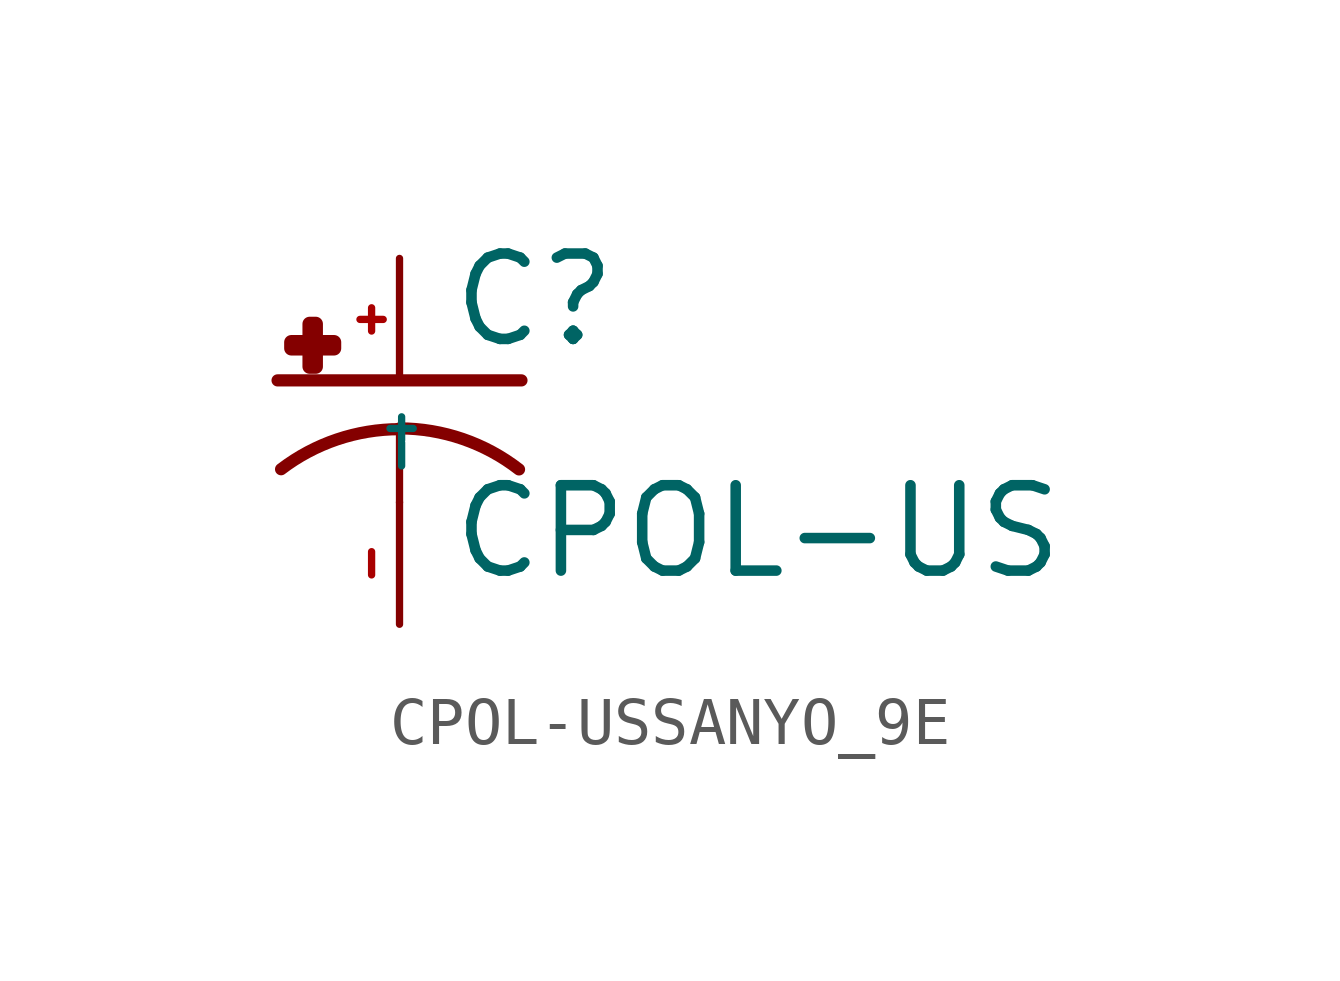
<source format=kicad_sym>
(kicad_symbol_lib
  (version 20220914)
  (generator Eagle2Kicad)
  (symbol "CPOL-USSANYO_9E"
    (property "Reference" "C"
      (at 1.016 0.635 0)
      (effects (font (size 1.778 1.778) (thickness 0.22)) (justify left bottom)))
    (property "Value" "CPOL-US"
      (at 1.016 -4.191 0)
      (effects (font (size 1.778 1.778) (thickness 0.22)) (justify left bottom)))
    (polyline
      (pts (xy -2.54 0) (xy 2.54 0))
      (stroke (width 0.254) (type default))
      (fill (type none)))
    (polyline
      (pts (xy 0 -1.016) (xy 0 -2.54))
      (stroke (width 0.152) (type default))
      (fill (type none)))
    (arc
      (start 2.4892 -1.8542)
      (mid 1.316 -1.220)
      (end 0 -1)
      (stroke (width 0.254) (type default))
      (fill (type none)))
    (arc
      (start 0 -1.0161)
      (mid -1.302 -1.230)
      (end -2.4669 -1.8504)
      (stroke (width 0.254) (type default))
      (fill (type none)))
    (rectangle
      (start -2.253 0.668)
      (end -1.364 0.795)
      (stroke (width 0.3) (type default))
      (fill (type outline)))
    (rectangle
      (start -1.872 0.287)
      (end -1.745 1.176)
      (stroke (width 0.3) (type default))
      (fill (type outline)))
    (pin passive line
      (at 0 2.54 270)
      (length 2.54)
      (name "+" (effects (font (size 0.635 0.635) (thickness 0.08)) (justify left bottom)))
      (number "+" (effects (font (size 0.635 0.635) (thickness 0.08)) (justify left bottom))))
    (pin passive line
      (at 0 -5.08 90)
      (length 2.54)
      (name "-" (effects (font (size 0.635 0.635) (thickness 0.08)) (justify left bottom)))
      (number "-" (effects (font (size 0.635 0.635) (thickness 0.08)) (justify left bottom))))))
</source>
